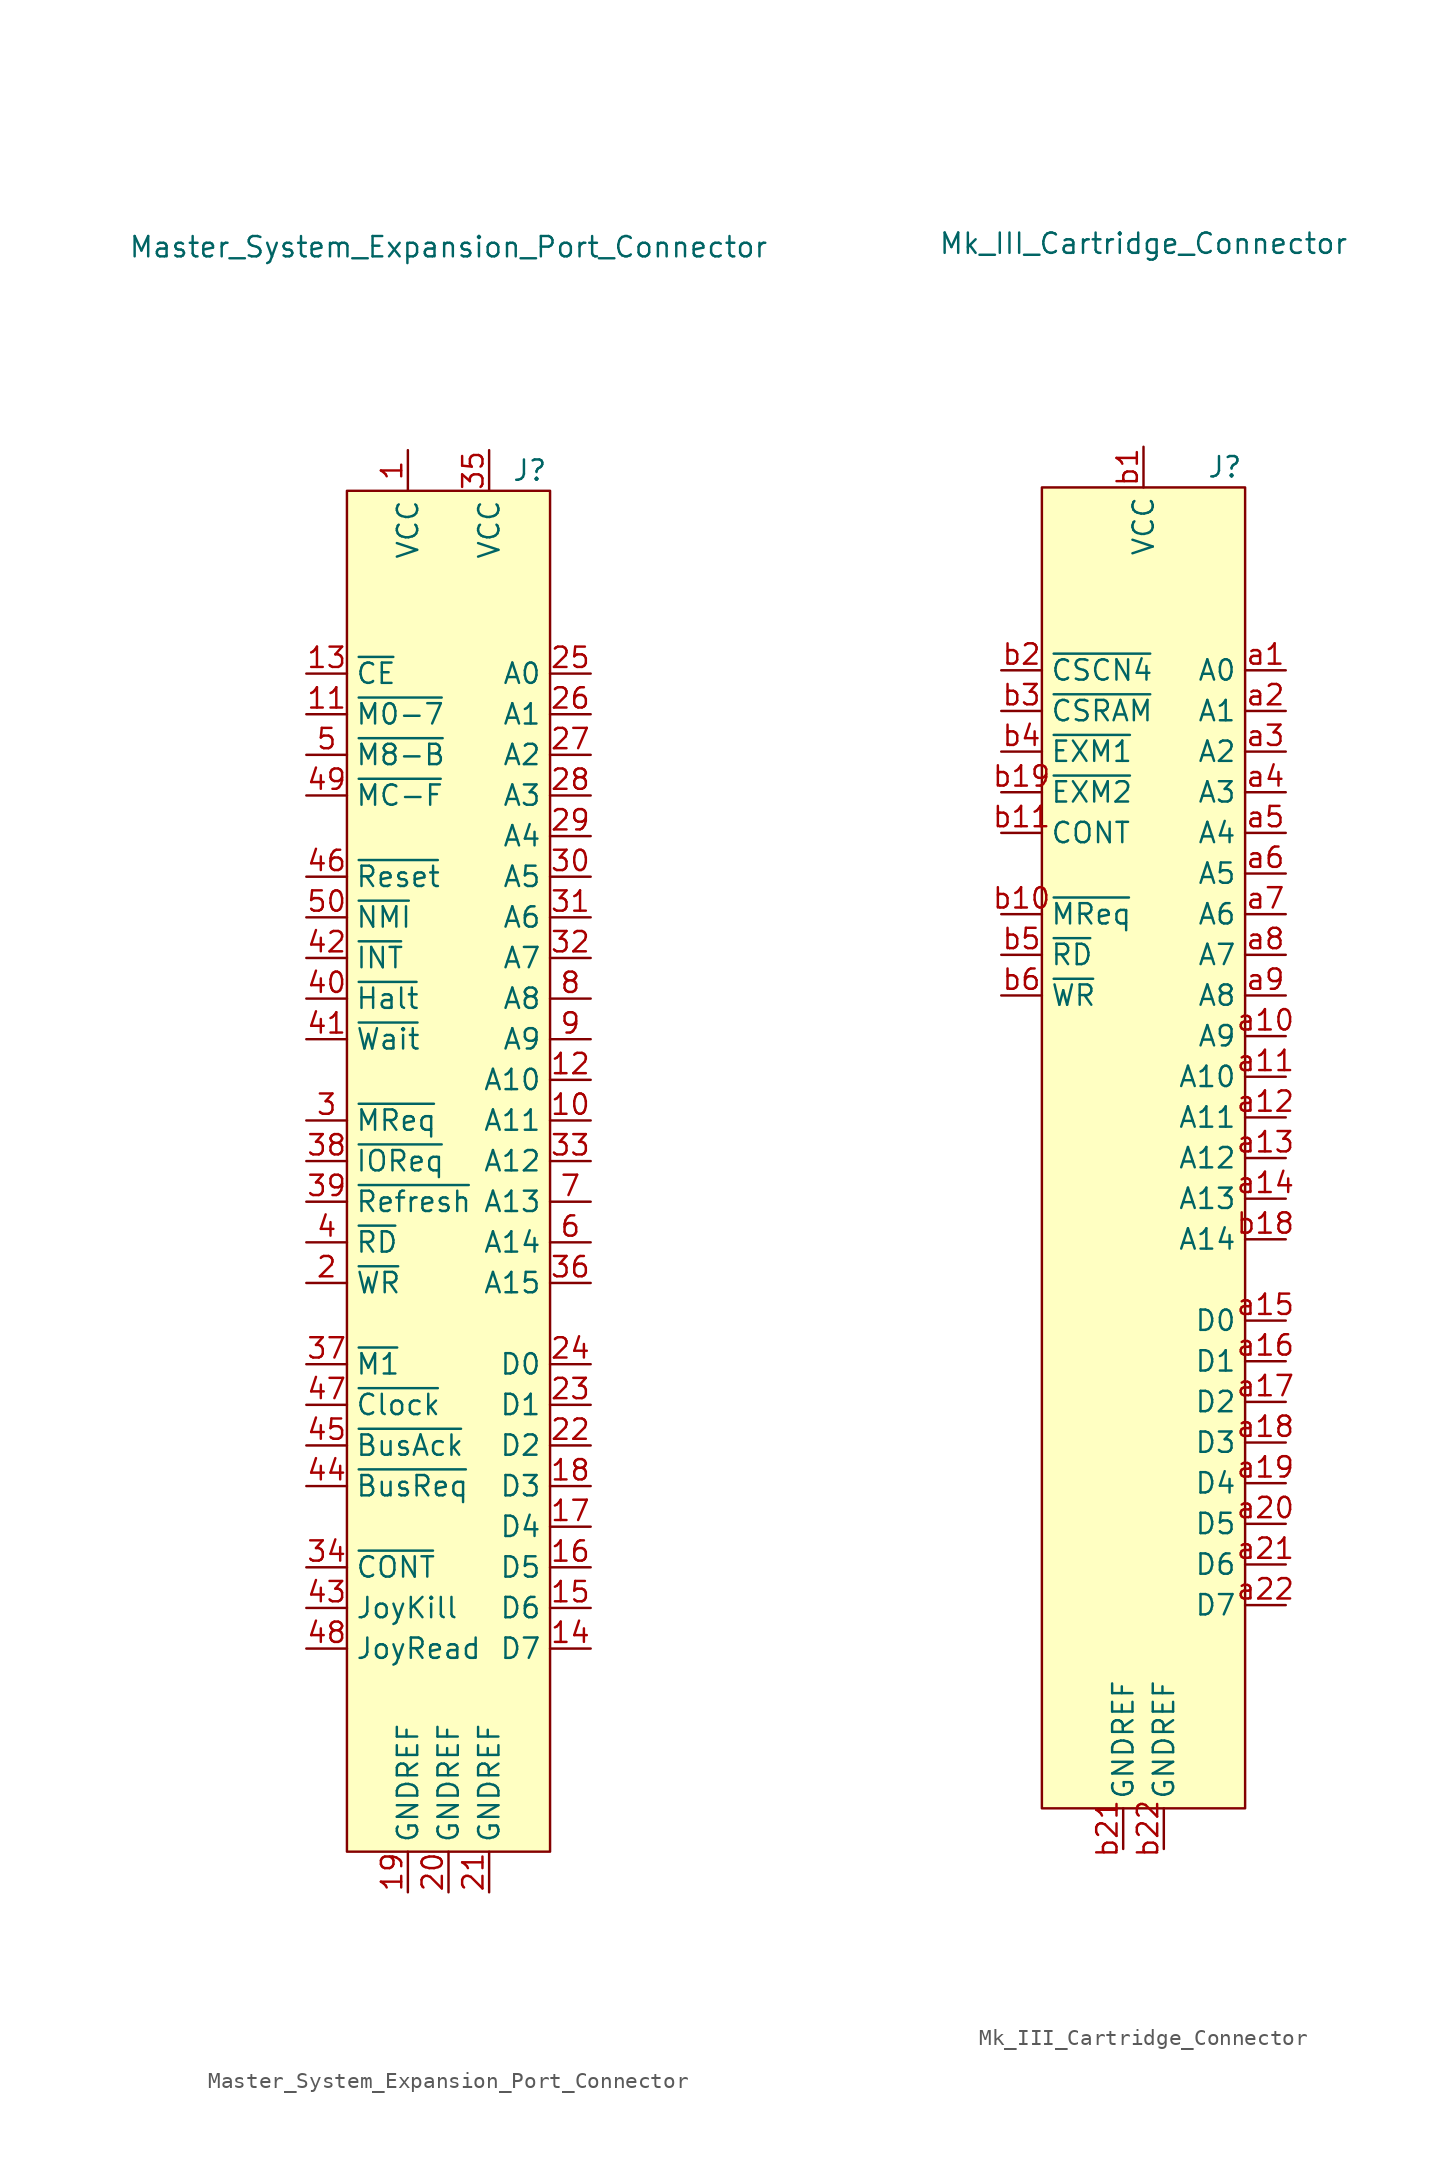
<source format=kicad_sym>
(kicad_symbol_lib
  (version 20211014)
  (generator kicad_symbol_editor)
  (symbol "Master_System_Expansion_Port_Connector"
    (property "Reference" "J"
      (at 5.08 40.64 0)
      (effects (font (size 1.27 1.27))))
    (property "Value" "Master_System_Expansion_Port_Connector"
      (at 0 54.61 0)
      (effects (font (size 1.27 1.27))))
    (symbol "Master_System_Expansion_Port_Connector_0_1"
      (rectangle (start -6.35 39.37) (end 6.35 -45.72) (stroke (width 0) (type default) (color 0 0 0 0)) (fill (type background))))
    (symbol "Master_System_Expansion_Port_Connector_1_1"
      (pin power_out line (at -2.54 41.91 270) (length 2.54) (name "VCC" (effects (font (size 1.27 1.27)))) (number "1" (effects (font (size 1.27 1.27)))))
      (pin output line (at 8.89 0 180) (length 2.54) (name "A11" (effects (font (size 1.27 1.27)))) (number "10" (effects (font (size 1.27 1.27)))))
      (pin output line (at -8.89 25.4 0) (length 2.54) (name "~{M0-7}" (effects (font (size 1.27 1.27)))) (number "11" (effects (font (size 1.27 1.27)))))
      (pin output line (at 8.89 2.54 180) (length 2.54) (name "A10" (effects (font (size 1.27 1.27)))) (number "12" (effects (font (size 1.27 1.27)))))
      (pin output line (at -8.89 27.94 0) (length 2.54) (name "~{CE}" (effects (font (size 1.27 1.27)))) (number "13" (effects (font (size 1.27 1.27)))))
      (pin bidirectional line (at 8.89 -33.02 180) (length 2.54) (name "D7" (effects (font (size 1.27 1.27)))) (number "14" (effects (font (size 1.27 1.27)))))
      (pin bidirectional line (at 8.89 -30.48 180) (length 2.54) (name "D6" (effects (font (size 1.27 1.27)))) (number "15" (effects (font (size 1.27 1.27)))))
      (pin bidirectional line (at 8.89 -27.94 180) (length 2.54) (name "D5" (effects (font (size 1.27 1.27)))) (number "16" (effects (font (size 1.27 1.27)))))
      (pin bidirectional line (at 8.89 -25.4 180) (length 2.54) (name "D4" (effects (font (size 1.27 1.27)))) (number "17" (effects (font (size 1.27 1.27)))))
      (pin bidirectional line (at 8.89 -22.86 180) (length 2.54) (name "D3" (effects (font (size 1.27 1.27)))) (number "18" (effects (font (size 1.27 1.27)))))
      (pin power_out line (at -2.54 -48.26 90) (length 2.54) (name "GNDREF" (effects (font (size 1.27 1.27)))) (number "19" (effects (font (size 1.27 1.27)))))
      (pin output line (at -8.89 -10.16 0) (length 2.54) (name "~{WR}" (effects (font (size 1.27 1.27)))) (number "2" (effects (font (size 1.27 1.27)))))
      (pin power_out line (at 0 -48.26 90) (length 2.54) (name "GNDREF" (effects (font (size 1.27 1.27)))) (number "20" (effects (font (size 1.27 1.27)))))
      (pin power_out line (at 2.54 -48.26 90) (length 2.54) (name "GNDREF" (effects (font (size 1.27 1.27)))) (number "21" (effects (font (size 1.27 1.27)))))
      (pin bidirectional line (at 8.89 -20.32 180) (length 2.54) (name "D2" (effects (font (size 1.27 1.27)))) (number "22" (effects (font (size 1.27 1.27)))))
      (pin bidirectional line (at 8.89 -17.78 180) (length 2.54) (name "D1" (effects (font (size 1.27 1.27)))) (number "23" (effects (font (size 1.27 1.27)))))
      (pin bidirectional line (at 8.89 -15.24 180) (length 2.54) (name "D0" (effects (font (size 1.27 1.27)))) (number "24" (effects (font (size 1.27 1.27)))))
      (pin output line (at 8.89 27.94 180) (length 2.54) (name "A0" (effects (font (size 1.27 1.27)))) (number "25" (effects (font (size 1.27 1.27)))))
      (pin output line (at 8.89 25.4 180) (length 2.54) (name "A1" (effects (font (size 1.27 1.27)))) (number "26" (effects (font (size 1.27 1.27)))))
      (pin output line (at 8.89 22.86 180) (length 2.54) (name "A2" (effects (font (size 1.27 1.27)))) (number "27" (effects (font (size 1.27 1.27)))))
      (pin output line (at 8.89 20.32 180) (length 2.54) (name "A3" (effects (font (size 1.27 1.27)))) (number "28" (effects (font (size 1.27 1.27)))))
      (pin output line (at 8.89 17.78 180) (length 2.54) (name "A4" (effects (font (size 1.27 1.27)))) (number "29" (effects (font (size 1.27 1.27)))))
      (pin output line (at -8.89 0 0) (length 2.54) (name "~{MReq}" (effects (font (size 1.27 1.27)))) (number "3" (effects (font (size 1.27 1.27)))))
      (pin output line (at 8.89 15.24 180) (length 2.54) (name "A5" (effects (font (size 1.27 1.27)))) (number "30" (effects (font (size 1.27 1.27)))))
      (pin output line (at 8.89 12.7 180) (length 2.54) (name "A6" (effects (font (size 1.27 1.27)))) (number "31" (effects (font (size 1.27 1.27)))))
      (pin output line (at 8.89 10.16 180) (length 2.54) (name "A7" (effects (font (size 1.27 1.27)))) (number "32" (effects (font (size 1.27 1.27)))))
      (pin output line (at 8.89 -2.54 180) (length 2.54) (name "A12" (effects (font (size 1.27 1.27)))) (number "33" (effects (font (size 1.27 1.27)))))
      (pin output line (at -8.89 -27.94 0) (length 2.54) (name "~{CONT}" (effects (font (size 1.27 1.27)))) (number "34" (effects (font (size 1.27 1.27)))))
      (pin power_out line (at 2.54 41.91 270) (length 2.54) (name "VCC" (effects (font (size 1.27 1.27)))) (number "35" (effects (font (size 1.27 1.27)))))
      (pin output line (at 8.89 -10.16 180) (length 2.54) (name "A15" (effects (font (size 1.27 1.27)))) (number "36" (effects (font (size 1.27 1.27)))))
      (pin output line (at -8.89 -15.24 0) (length 2.54) (name "~{M1}" (effects (font (size 1.27 1.27)))) (number "37" (effects (font (size 1.27 1.27)))))
      (pin output line (at -8.89 -2.54 0) (length 2.54) (name "~{IOReq}" (effects (font (size 1.27 1.27)))) (number "38" (effects (font (size 1.27 1.27)))))
      (pin output line (at -8.89 -5.08 0) (length 2.54) (name "~{Refresh}" (effects (font (size 1.27 1.27)))) (number "39" (effects (font (size 1.27 1.27)))))
      (pin output line (at -8.89 -7.62 0) (length 2.54) (name "~{RD}" (effects (font (size 1.27 1.27)))) (number "4" (effects (font (size 1.27 1.27)))))
      (pin output line (at -8.89 7.62 0) (length 2.54) (name "~{Halt}" (effects (font (size 1.27 1.27)))) (number "40" (effects (font (size 1.27 1.27)))))
      (pin output line (at -8.89 5.08 0) (length 2.54) (name "~{Wait}" (effects (font (size 1.27 1.27)))) (number "41" (effects (font (size 1.27 1.27)))))
      (pin output line (at -8.89 10.16 0) (length 2.54) (name "~{INT}" (effects (font (size 1.27 1.27)))) (number "42" (effects (font (size 1.27 1.27)))))
      (pin output line (at -8.89 -30.48 0) (length 2.54) (name "JoyKill" (effects (font (size 1.27 1.27)))) (number "43" (effects (font (size 1.27 1.27)))))
      (pin output line (at -8.89 -22.86 0) (length 2.54) (name "~{BusReq}" (effects (font (size 1.27 1.27)))) (number "44" (effects (font (size 1.27 1.27)))))
      (pin output line (at -8.89 -20.32 0) (length 2.54) (name "~{BusAck}" (effects (font (size 1.27 1.27)))) (number "45" (effects (font (size 1.27 1.27)))))
      (pin output line (at -8.89 15.24 0) (length 2.54) (name "~{Reset}" (effects (font (size 1.27 1.27)))) (number "46" (effects (font (size 1.27 1.27)))))
      (pin output line (at -8.89 -17.78 0) (length 2.54) (name "~{Clock}" (effects (font (size 1.27 1.27)))) (number "47" (effects (font (size 1.27 1.27)))))
      (pin output line (at -8.89 -33.02 0) (length 2.54) (name "JoyRead" (effects (font (size 1.27 1.27)))) (number "48" (effects (font (size 1.27 1.27)))))
      (pin output line (at -8.89 20.32 0) (length 2.54) (name "~{MC-F}" (effects (font (size 1.27 1.27)))) (number "49" (effects (font (size 1.27 1.27)))))
      (pin output line (at -8.89 22.86 0) (length 2.54) (name "~{M8-B}" (effects (font (size 1.27 1.27)))) (number "5" (effects (font (size 1.27 1.27)))))
      (pin output line (at -8.89 12.7 0) (length 2.54) (name "~{NMI}" (effects (font (size 1.27 1.27)))) (number "50" (effects (font (size 1.27 1.27)))))
      (pin output line (at 8.89 -7.62 180) (length 2.54) (name "A14" (effects (font (size 1.27 1.27)))) (number "6" (effects (font (size 1.27 1.27)))))
      (pin output line (at 8.89 -5.08 180) (length 2.54) (name "A13" (effects (font (size 1.27 1.27)))) (number "7" (effects (font (size 1.27 1.27)))))
      (pin output line (at 8.89 7.62 180) (length 2.54) (name "A8" (effects (font (size 1.27 1.27)))) (number "8" (effects (font (size 1.27 1.27)))))
      (pin output line (at 8.89 5.08 180) (length 2.54) (name "A9" (effects (font (size 1.27 1.27)))) (number "9" (effects (font (size 1.27 1.27)))))))
  (symbol "Mk_III_Cartridge_Connector"
    (property "Reference" "J"
      (at 5.08 40.64 0)
      (effects (font (size 1.27 1.27))))
    (property "Value" "Mk_III_Cartridge_Connector"
      (at 0 54.61 0)
      (effects (font (size 1.27 1.27))))
    (symbol "Mk_III_Cartridge_Connector_0_1"
      (rectangle (start -6.35 39.37) (end 6.35 -43.18) (stroke (width 0) (type default) (color 0 0 0 0)) (fill (type background))))
    (symbol "Mk_III_Cartridge_Connector_1_1"
      (pin output line (at 8.89 27.94 180) (length 2.54) (name "A0" (effects (font (size 1.27 1.27)))) (number "a1" (effects (font (size 1.27 1.27)))))
      (pin output line (at 8.89 5.08 180) (length 2.54) (name "A9" (effects (font (size 1.27 1.27)))) (number "a10" (effects (font (size 1.27 1.27)))))
      (pin output line (at 8.89 2.54 180) (length 2.54) (name "A10" (effects (font (size 1.27 1.27)))) (number "a11" (effects (font (size 1.27 1.27)))))
      (pin output line (at 8.89 0 180) (length 2.54) (name "A11" (effects (font (size 1.27 1.27)))) (number "a12" (effects (font (size 1.27 1.27)))))
      (pin output line (at 8.89 -2.54 180) (length 2.54) (name "A12" (effects (font (size 1.27 1.27)))) (number "a13" (effects (font (size 1.27 1.27)))))
      (pin output line (at 8.89 -5.08 180) (length 2.54) (name "A13" (effects (font (size 1.27 1.27)))) (number "a14" (effects (font (size 1.27 1.27)))))
      (pin bidirectional line (at 8.89 -12.7 180) (length 2.54) (name "D0" (effects (font (size 1.27 1.27)))) (number "a15" (effects (font (size 1.27 1.27)))))
      (pin bidirectional line (at 8.89 -15.24 180) (length 2.54) (name "D1" (effects (font (size 1.27 1.27)))) (number "a16" (effects (font (size 1.27 1.27)))))
      (pin bidirectional line (at 8.89 -17.78 180) (length 2.54) (name "D2" (effects (font (size 1.27 1.27)))) (number "a17" (effects (font (size 1.27 1.27)))))
      (pin bidirectional line (at 8.89 -20.32 180) (length 2.54) (name "D3" (effects (font (size 1.27 1.27)))) (number "a18" (effects (font (size 1.27 1.27)))))
      (pin bidirectional line (at 8.89 -22.86 180) (length 2.54) (name "D4" (effects (font (size 1.27 1.27)))) (number "a19" (effects (font (size 1.27 1.27)))))
      (pin output line (at 8.89 25.4 180) (length 2.54) (name "A1" (effects (font (size 1.27 1.27)))) (number "a2" (effects (font (size 1.27 1.27)))))
      (pin bidirectional line (at 8.89 -25.4 180) (length 2.54) (name "D5" (effects (font (size 1.27 1.27)))) (number "a20" (effects (font (size 1.27 1.27)))))
      (pin bidirectional line (at 8.89 -27.94 180) (length 2.54) (name "D6" (effects (font (size 1.27 1.27)))) (number "a21" (effects (font (size 1.27 1.27)))))
      (pin bidirectional line (at 8.89 -30.48 180) (length 2.54) (name "D7" (effects (font (size 1.27 1.27)))) (number "a22" (effects (font (size 1.27 1.27)))))
      (pin output line (at 8.89 22.86 180) (length 2.54) (name "A2" (effects (font (size 1.27 1.27)))) (number "a3" (effects (font (size 1.27 1.27)))))
      (pin output line (at 8.89 20.32 180) (length 2.54) (name "A3" (effects (font (size 1.27 1.27)))) (number "a4" (effects (font (size 1.27 1.27)))))
      (pin output line (at 8.89 17.78 180) (length 2.54) (name "A4" (effects (font (size 1.27 1.27)))) (number "a5" (effects (font (size 1.27 1.27)))))
      (pin output line (at 8.89 15.24 180) (length 2.54) (name "A5" (effects (font (size 1.27 1.27)))) (number "a6" (effects (font (size 1.27 1.27)))))
      (pin output line (at 8.89 12.7 180) (length 2.54) (name "A6" (effects (font (size 1.27 1.27)))) (number "a7" (effects (font (size 1.27 1.27)))))
      (pin output line (at 8.89 10.16 180) (length 2.54) (name "A7" (effects (font (size 1.27 1.27)))) (number "a8" (effects (font (size 1.27 1.27)))))
      (pin output line (at 8.89 7.62 180) (length 2.54) (name "A8" (effects (font (size 1.27 1.27)))) (number "a9" (effects (font (size 1.27 1.27)))))
      (pin power_out line (at 0 41.91 270) (length 2.54) (name "VCC" (effects (font (size 1.27 1.27)))) (number "b1" (effects (font (size 1.27 1.27)))))
      (pin output line (at -8.89 12.7 0) (length 2.54) (name "~{MReq}" (effects (font (size 1.27 1.27)))) (number "b10" (effects (font (size 1.27 1.27)))))
      (pin output line (at -8.89 17.78 0) (length 2.54) (name "CONT" (effects (font (size 1.27 1.27)))) (number "b11" (effects (font (size 1.27 1.27)))))
      (pin output line (at 8.89 -7.62 180) (length 2.54) (name "A14" (effects (font (size 1.27 1.27)))) (number "b18" (effects (font (size 1.27 1.27)))))
      (pin output line (at -8.89 20.32 0) (length 2.54) (name "~{EXM2}" (effects (font (size 1.27 1.27)))) (number "b19" (effects (font (size 1.27 1.27)))))
      (pin output line (at -8.89 27.94 0) (length 2.54) (name "~{CSCN4}" (effects (font (size 1.27 1.27)))) (number "b2" (effects (font (size 1.27 1.27)))))
      (pin power_out line (at -1.27 -45.72 90) (length 2.54) (name "GNDREF" (effects (font (size 1.27 1.27)))) (number "b21" (effects (font (size 1.27 1.27)))))
      (pin power_out line (at 1.27 -45.72 90) (length 2.54) (name "GNDREF" (effects (font (size 1.27 1.27)))) (number "b22" (effects (font (size 1.27 1.27)))))
      (pin output line (at -8.89 25.4 0) (length 2.54) (name "~{CSRAM}" (effects (font (size 1.27 1.27)))) (number "b3" (effects (font (size 1.27 1.27)))))
      (pin output line (at -8.89 22.86 0) (length 2.54) (name "~{EXM1}" (effects (font (size 1.27 1.27)))) (number "b4" (effects (font (size 1.27 1.27)))))
      (pin output line (at -8.89 10.16 0) (length 2.54) (name "~{RD}" (effects (font (size 1.27 1.27)))) (number "b5" (effects (font (size 1.27 1.27)))))
      (pin output line (at -8.89 7.62 0) (length 2.54) (name "~{WR}" (effects (font (size 1.27 1.27)))) (number "b6" (effects (font (size 1.27 1.27))))))))
</source>
